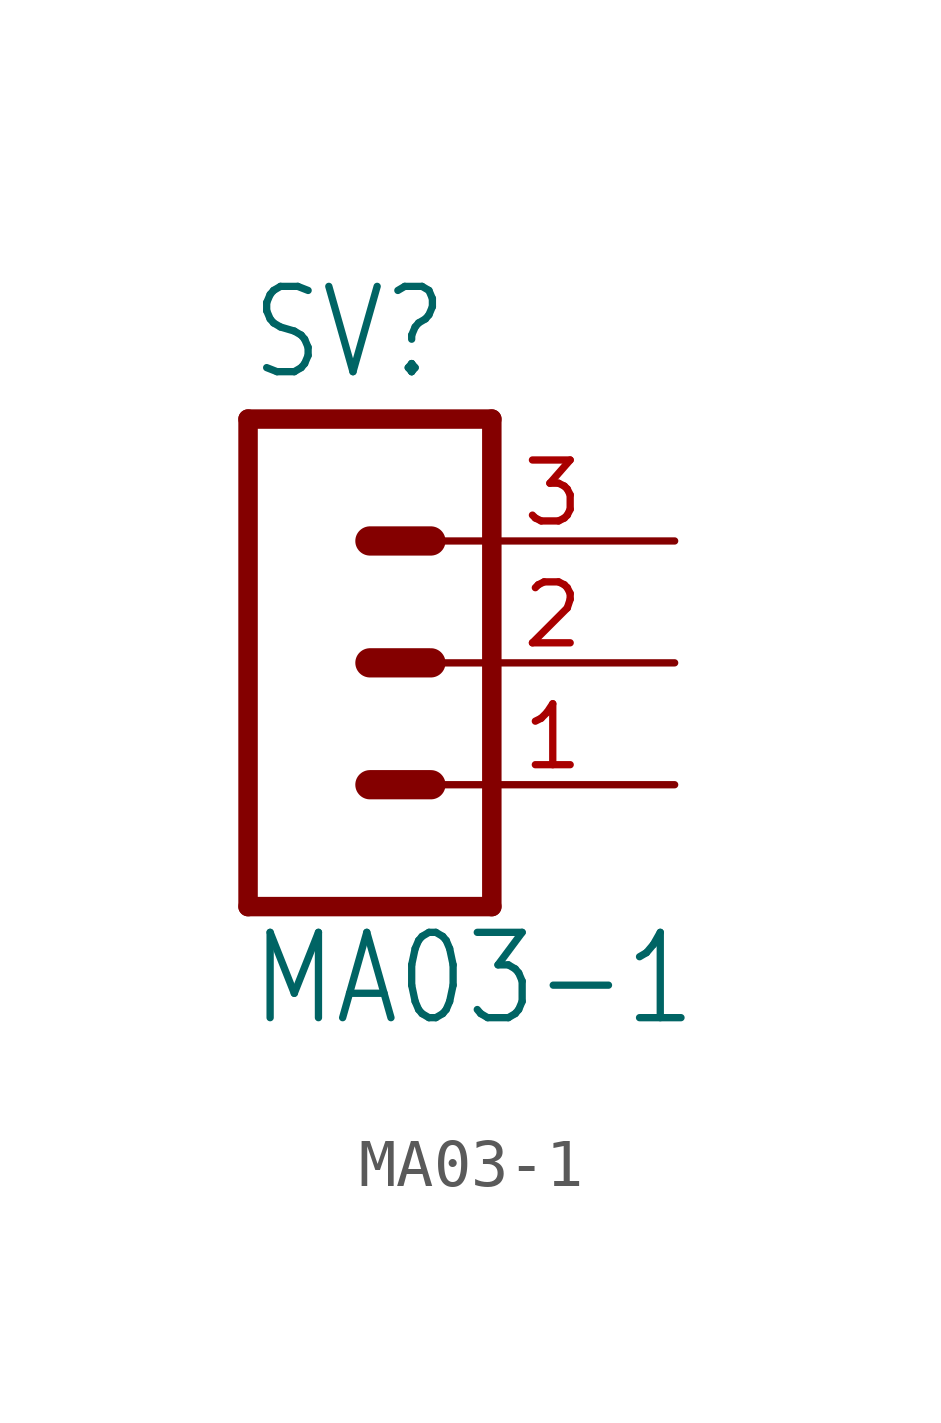
<source format=kicad_sym>
(kicad_symbol_lib
  (version 20211014)
  (generator kicad_symbol_editor)
  (symbol "MA03-1"
    (property "Reference" "SV"
      (at -1.27 5.842 0)
      (effects (font (size 1.778 1.511)) (justify left bottom)))
    (property "Value" "MA03-1"
      (at -1.27 -7.62 0)
      (effects (font (size 1.778 1.511)) (justify left bottom)))
    (property "ki_locked" ""
      (at 0 0 0)
      (effects (font (size 1.27 1.27))))
    (symbol "MA03-1_1_0"
      (polyline (pts (xy -1.27 5.08) (xy -1.27 -5.08)) (stroke (width 0.406) (type default) (color 0 0 0 0)) (fill (type none)))
      (polyline (pts (xy -1.27 5.08) (xy 3.81 5.08)) (stroke (width 0.406) (type default) (color 0 0 0 0)) (fill (type none)))
      (polyline (pts (xy 1.27 -2.54) (xy 2.54 -2.54)) (stroke (width 0.61) (type default) (color 0 0 0 0)) (fill (type none)))
      (polyline (pts (xy 1.27 0) (xy 2.54 0)) (stroke (width 0.61) (type default) (color 0 0 0 0)) (fill (type none)))
      (polyline (pts (xy 1.27 2.54) (xy 2.54 2.54)) (stroke (width 0.61) (type default) (color 0 0 0 0)) (fill (type none)))
      (polyline (pts (xy 3.81 -5.08) (xy -1.27 -5.08)) (stroke (width 0.406) (type default) (color 0 0 0 0)) (fill (type none)))
      (polyline (pts (xy 3.81 -5.08) (xy 3.81 5.08)) (stroke (width 0.406) (type default) (color 0 0 0 0)) (fill (type none)))
      (pin passive line (at 7.62 -2.54 180) (length 5.08) (name "1" (effects (font (size 0 0)))) (number "1" (effects (font (size 1.27 1.27)))))
      (pin passive line (at 7.62 0 180) (length 5.08) (name "2" (effects (font (size 0 0)))) (number "2" (effects (font (size 1.27 1.27)))))
      (pin passive line (at 7.62 2.54 180) (length 5.08) (name "3" (effects (font (size 0 0)))) (number "3" (effects (font (size 1.27 1.27))))))))
</source>
